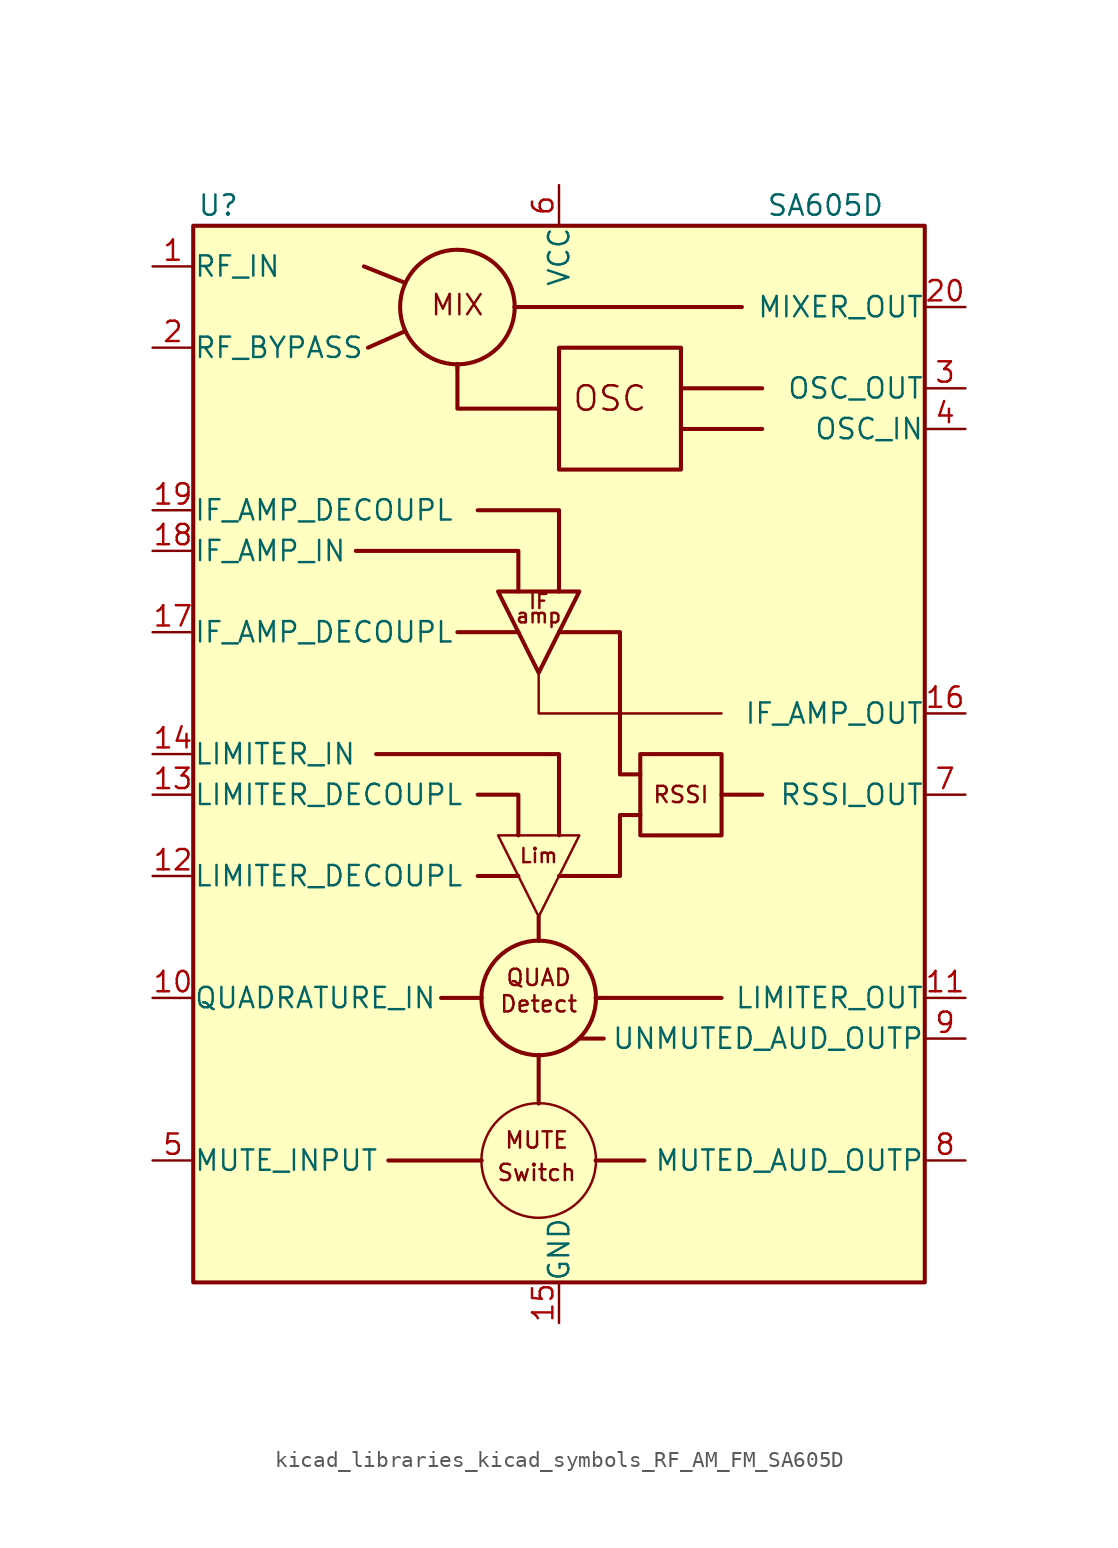
<source format=kicad_sym>
(kicad_symbol_lib
  (version 20220914)
  (generator kicad_symbol_editor)
  (symbol "kicad_libraries_kicad_symbols_RF_AM_FM_SA605D"
    (pin_names
      (offset 0.025))
    (property "Reference" "U"
      (at -22.606 24.13 0)
      (effects (font (size 1.27 1.27)) (justify left)))
    (property "Value" "SA605D"
      (at 12.954 24.13 0)
      (effects (font (size 1.27 1.27)) (justify left)))
    (symbol "kicad_libraries_kicad_symbols_RF_AM_FM_SA605D_0_0"
      (circle (center -1.27 -35.56) (radius 3.581) (stroke (width 0) (type default)) (fill (type none)))
      (circle (center -1.27 -25.4) (radius 3.581) (stroke (width 0.254) (type default)) (fill (type none)))
      (polyline (pts (xy -12.192 20.32) (xy -9.652 19.304)) (stroke (width 0.254) (type default)) (fill (type none)))
      (polyline (pts (xy -11.938 15.24) (xy -9.652 16.256)) (stroke (width 0.254) (type default)) (fill (type none)))
      (polyline (pts (xy -6.35 -2.54) (xy -2.54 -2.54)) (stroke (width 0.254) (type default)) (fill (type none)))
      (polyline (pts (xy -6.35 13.97) (xy -6.35 14.224)) (stroke (width 0.254) (type default)) (fill (type none)))
      (polyline (pts (xy -4.826 -35.56) (xy -10.668 -35.56)) (stroke (width 0.254) (type default)) (fill (type none)))
      (polyline (pts (xy -4.826 -25.4) (xy -7.366 -25.4)) (stroke (width 0.254) (type default)) (fill (type none)))
      (polyline (pts (xy -2.54 -17.78) (xy -5.08 -17.78)) (stroke (width 0.254) (type default)) (fill (type none)))
      (polyline (pts (xy -2.54 17.78) (xy -2.794 17.78)) (stroke (width 0.254) (type default)) (fill (type none)))
      (polyline (pts (xy -1.27 -28.956) (xy -1.27 -32.004)) (stroke (width 0.254) (type default)) (fill (type none)))
      (polyline (pts (xy -1.27 -20.32) (xy -1.27 -21.844)) (stroke (width 0.254) (type default)) (fill (type none)))
      (polyline (pts (xy 1.27 -27.94) (xy 2.794 -27.94)) (stroke (width 0.254) (type default)) (fill (type none)))
      (polyline (pts (xy 2.286 -35.56) (xy 5.334 -35.56)) (stroke (width 0.254) (type default)) (fill (type none)))
      (polyline (pts (xy 2.286 -25.4) (xy 10.16 -25.4)) (stroke (width 0.254) (type default)) (fill (type none)))
      (polyline (pts (xy 7.62 10.16) (xy 12.7 10.16)) (stroke (width 0.254) (type default)) (fill (type none)))
      (polyline (pts (xy 10.16 -12.7) (xy 12.7 -12.7)) (stroke (width 0.254) (type default)) (fill (type none)))
      (polyline (pts (xy 11.43 17.78) (xy -2.54 17.78)) (stroke (width 0.254) (type default)) (fill (type none)))
      (polyline (pts (xy 12.7 12.7) (xy 7.62 12.7)) (stroke (width 0.254) (type default)) (fill (type none)))
      (polyline (pts (xy -12.7 2.54) (xy -2.54 2.54) (xy -2.54 0)) (stroke (width 0.254) (type default)) (fill (type none)))
      (polyline (pts (xy -11.43 -10.16) (xy 0 -10.16) (xy 0 -15.24)) (stroke (width 0.254) (type default)) (fill (type none)))
      (polyline (pts (xy -5.08 5.08) (xy 0 5.08) (xy 0 0)) (stroke (width 0.254) (type default)) (fill (type none)))
      (polyline (pts (xy -2.54 -15.24) (xy -2.54 -12.7) (xy -5.08 -12.7)) (stroke (width 0.254) (type default)) (fill (type none)))
      (polyline (pts (xy 0 11.43) (xy -6.35 11.43) (xy -6.35 13.97)) (stroke (width 0.254) (type default)) (fill (type none)))
      (polyline (pts (xy 0 -17.78) (xy 3.81 -17.78) (xy 3.81 -13.97) (xy 5.08 -13.97)) (stroke (width 0.254) (type default)) (fill (type none)))
      (polyline (pts (xy 0 -2.54) (xy 3.81 -2.54) (xy 3.81 -11.43) (xy 5.08 -11.43)) (stroke (width 0.254) (type default)) (fill (type none)))
      (polyline (pts (xy 1.27 -15.24) (xy -3.81 -15.24) (xy -1.27 -20.32) (xy 1.27 -15.24) (xy 1.27 -15.24)) (stroke (width 0) (type default)) (fill (type background)))
      (polyline (pts (xy 1.27 0) (xy -3.81 0) (xy -1.27 -5.08) (xy 1.27 0) (xy 1.27 0)) (stroke (width 0.254) (type default)) (fill (type background)))
      (text "amp" (at -1.27 -1.524 0) (effects (font (size 0.889 0.889))))
      (text "Detect" (at -1.27 -25.781 0) (effects (font (size 1.016 1.016))))
      (text "IF" (at -1.27 -0.635 0) (effects (font (size 0.889 0.889))))
      (text "Lim" (at -1.27 -16.51 0) (effects (font (size 0.889 0.889))))
      (text "MIX" (at -6.35 17.907 0) (effects (font (size 1.27 1.27))))
      (text "MUTE" (at -1.397 -34.29 0) (effects (font (size 1.016 1.016))))
      (text "OSC" (at 3.175 12.065 0) (effects (font (size 1.524 1.524))))
      (text "QUAD" (at -1.27 -24.13 0) (effects (font (size 1.016 1.016))))
      (text "RSSI" (at 7.62 -12.7 0) (effects (font (size 1.016 1.016))))
      (text "Switch" (at -1.397 -36.322 0) (effects (font (size 1.016 1.016)))))
    (symbol "kicad_libraries_kicad_symbols_RF_AM_FM_SA605D_0_1"
      (rectangle (start -22.86 22.86) (end 22.86 -43.18) (stroke (width 0.254) (type default)) (fill (type background)))
      (circle (center -6.35 17.78) (radius 3.581) (stroke (width 0.254) (type default)) (fill (type none)))
      (polyline (pts (xy -1.27 -5.08) (xy -1.27 -7.62) (xy 10.16 -7.62)) (stroke (width 0) (type default)) (fill (type none)))
      (rectangle (start 0 15.24) (end 7.62 7.62) (stroke (width 0.254) (type default)) (fill (type none)))
      (rectangle (start 5.08 -10.16) (end 10.16 -15.24) (stroke (width 0.254) (type default)) (fill (type none))))
    (symbol "kicad_libraries_kicad_symbols_RF_AM_FM_SA605D_1_1"
      (pin input line (at -25.4 20.32 0) (length 2.54) (name "RF_IN" (effects (font (size 1.27 1.27)))) (number "1" (effects (font (size 1.27 1.27)))))
      (pin input line (at -25.4 -25.4 0) (length 2.54) (name "QUADRATURE_IN" (effects (font (size 1.27 1.27)))) (number "10" (effects (font (size 1.27 1.27)))))
      (pin output line (at 25.4 -25.4 180) (length 2.54) (name "LIMITER_OUT" (effects (font (size 1.27 1.27)))) (number "11" (effects (font (size 1.27 1.27)))))
      (pin input line (at -25.4 -17.78 0) (length 2.54) (name "LIMITER_DECOUPL" (effects (font (size 1.27 1.27)))) (number "12" (effects (font (size 1.27 1.27)))))
      (pin input line (at -25.4 -12.7 0) (length 2.54) (name "LIMITER_DECOUPL" (effects (font (size 1.27 1.27)))) (number "13" (effects (font (size 1.27 1.27)))))
      (pin input line (at -25.4 -10.16 0) (length 2.54) (name "LIMITER_IN" (effects (font (size 1.27 1.27)))) (number "14" (effects (font (size 1.27 1.27)))))
      (pin power_in line (at 0 -45.72 90) (length 2.54) (name "GND" (effects (font (size 1.27 1.27)))) (number "15" (effects (font (size 1.27 1.27)))))
      (pin output line (at 25.4 -7.62 180) (length 2.54) (name "IF_AMP_OUT" (effects (font (size 1.27 1.27)))) (number "16" (effects (font (size 1.27 1.27)))))
      (pin input line (at -25.4 -2.54 0) (length 2.54) (name "IF_AMP_DECOUPL" (effects (font (size 1.27 1.27)))) (number "17" (effects (font (size 1.27 1.27)))))
      (pin input line (at -25.4 2.54 0) (length 2.54) (name "IF_AMP_IN" (effects (font (size 1.27 1.27)))) (number "18" (effects (font (size 1.27 1.27)))))
      (pin input line (at -25.4 5.08 0) (length 2.54) (name "IF_AMP_DECOUPL" (effects (font (size 1.27 1.27)))) (number "19" (effects (font (size 1.27 1.27)))))
      (pin input line (at -25.4 15.24 0) (length 2.54) (name "RF_BYPASS" (effects (font (size 1.27 1.27)))) (number "2" (effects (font (size 1.27 1.27)))))
      (pin output line (at 25.4 17.78 180) (length 2.54) (name "MIXER_OUT" (effects (font (size 1.27 1.27)))) (number "20" (effects (font (size 1.27 1.27)))))
      (pin output line (at 25.4 12.7 180) (length 2.54) (name "OSC_OUT" (effects (font (size 1.27 1.27)))) (number "3" (effects (font (size 1.27 1.27)))))
      (pin input line (at 25.4 10.16 180) (length 2.54) (name "OSC_IN" (effects (font (size 1.27 1.27)))) (number "4" (effects (font (size 1.27 1.27)))))
      (pin input line (at -25.4 -35.56 0) (length 2.54) (name "MUTE_INPUT" (effects (font (size 1.27 1.27)))) (number "5" (effects (font (size 1.27 1.27)))))
      (pin power_in line (at 0 25.4 270) (length 2.54) (name "VCC" (effects (font (size 1.27 1.27)))) (number "6" (effects (font (size 1.27 1.27)))))
      (pin output line (at 25.4 -12.7 180) (length 2.54) (name "RSSI_OUT" (effects (font (size 1.27 1.27)))) (number "7" (effects (font (size 1.27 1.27)))))
      (pin output line (at 25.4 -35.56 180) (length 2.54) (name "MUTED_AUD_OUTP" (effects (font (size 1.27 1.27)))) (number "8" (effects (font (size 1.27 1.27)))))
      (pin output line (at 25.4 -27.94 180) (length 2.54) (name "UNMUTED_AUD_OUTP" (effects (font (size 1.27 1.27)))) (number "9" (effects (font (size 1.27 1.27))))))))
</source>
